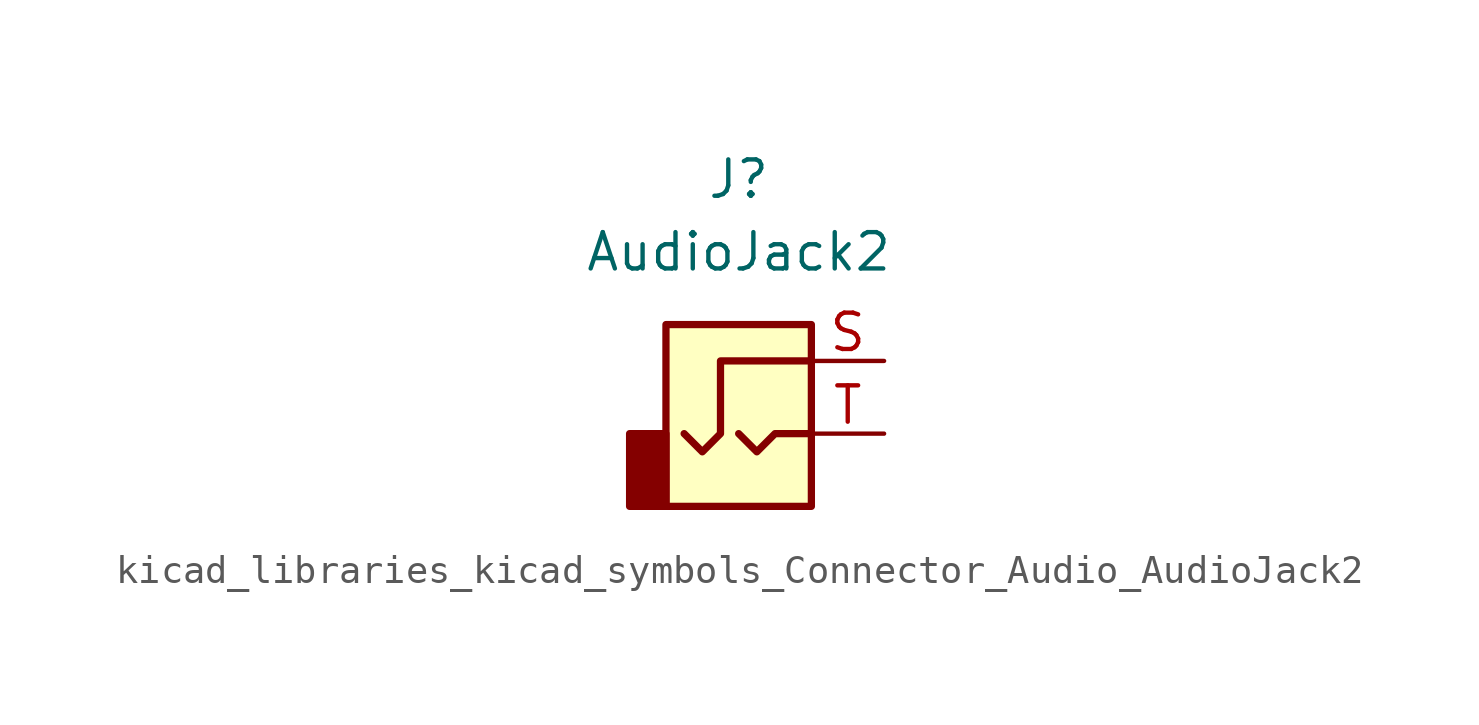
<source format=kicad_sym>
(kicad_symbol_lib
  (version 20220914)
  (generator kicad_symbol_editor)
  (symbol "kicad_libraries_kicad_symbols_Connector_Audio_AudioJack2"
    (property "Reference" "J"
      (at 0 8.89 0)
      (effects (font (size 1.27 1.27))))
    (property "Value" "AudioJack2"
      (at 0 6.35 0)
      (effects (font (size 1.27 1.27))))
    (symbol "kicad_libraries_kicad_symbols_Connector_Audio_AudioJack2_0_1"
      (rectangle (start -3.81 0) (end -2.54 -2.54) (stroke (width 0.254) (type default)) (fill (type outline)))
      (rectangle (start -2.54 3.81) (end 2.54 -2.54) (stroke (width 0.254) (type default)) (fill (type background)))
      (polyline (pts (xy 0 0) (xy 0.635 -0.635) (xy 1.27 0) (xy 2.54 0)) (stroke (width 0.254) (type default)) (fill (type none)))
      (polyline (pts (xy 2.54 2.54) (xy -0.635 2.54) (xy -0.635 0) (xy -1.27 -0.635) (xy -1.905 0)) (stroke (width 0.254) (type default)) (fill (type none))))
    (symbol "kicad_libraries_kicad_symbols_Connector_Audio_AudioJack2_1_1"
      (pin passive line (at 5.08 2.54 180) (length 2.54) (name "~" (effects (font (size 1.27 1.27)))) (number "S" (effects (font (size 1.27 1.27)))))
      (pin passive line (at 5.08 0 180) (length 2.54) (name "~" (effects (font (size 1.27 1.27)))) (number "T" (effects (font (size 1.27 1.27))))))))
</source>
